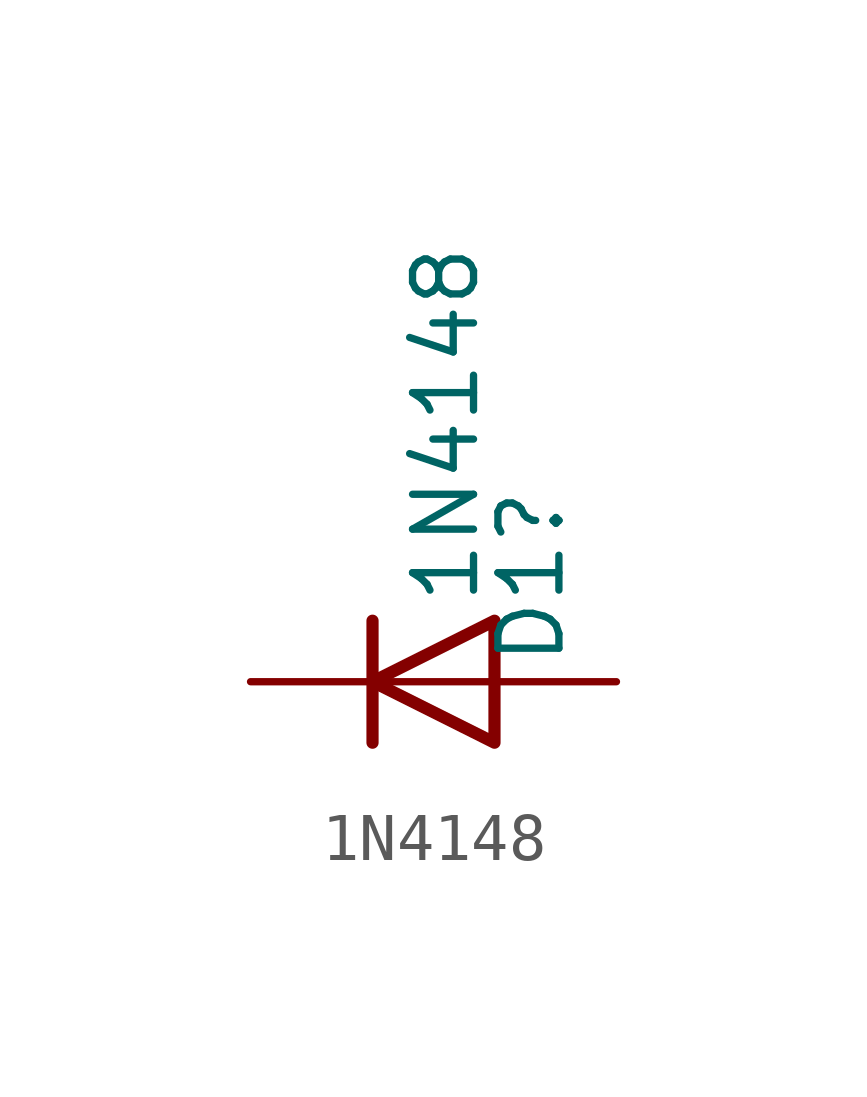
<source format=kicad_sym>
(kicad_symbol_lib
  (version 20220914)
  (generator kicad_symbol_editor)
  (symbol "1N4148"
    (pin_numbers hide)
    (pin_names hide)
    (property "Reference" "D1"
      (at 2.032 4.064 90)
      (effects (font (size 1.27 1.27)) (justify right)))
    (property "Value" "1N4148"
      (at 0.254 9.144 90)
      (effects (font (size 1.27 1.27)) (justify right)))
    (symbol "1N4148_0_1"
      (polyline (pts (xy -1.27 1.27) (xy -1.27 -1.27)) (stroke (width 0.254) (type default)) (fill (type none)))
      (polyline (pts (xy 1.27 0) (xy -1.27 0)) (stroke (width 0) (type default)) (fill (type none)))
      (polyline (pts (xy 1.27 1.27) (xy 1.27 -1.27) (xy -1.27 0) (xy 1.27 1.27)) (stroke (width 0.254) (type default)) (fill (type none))))
    (symbol "1N4148_1_1"
      (pin passive line (at -3.81 0 0) (length 2.54) (name "K" (effects (font (size 1.27 1.27)))) (number "D1" (effects (font (size 1.27 1.27)))))
      (pin passive line (at 3.81 0 180) (length 2.54) (name "A" (effects (font (size 1.27 1.27)))) (number "D2" (effects (font (size 1.27 1.27))))))))
</source>
